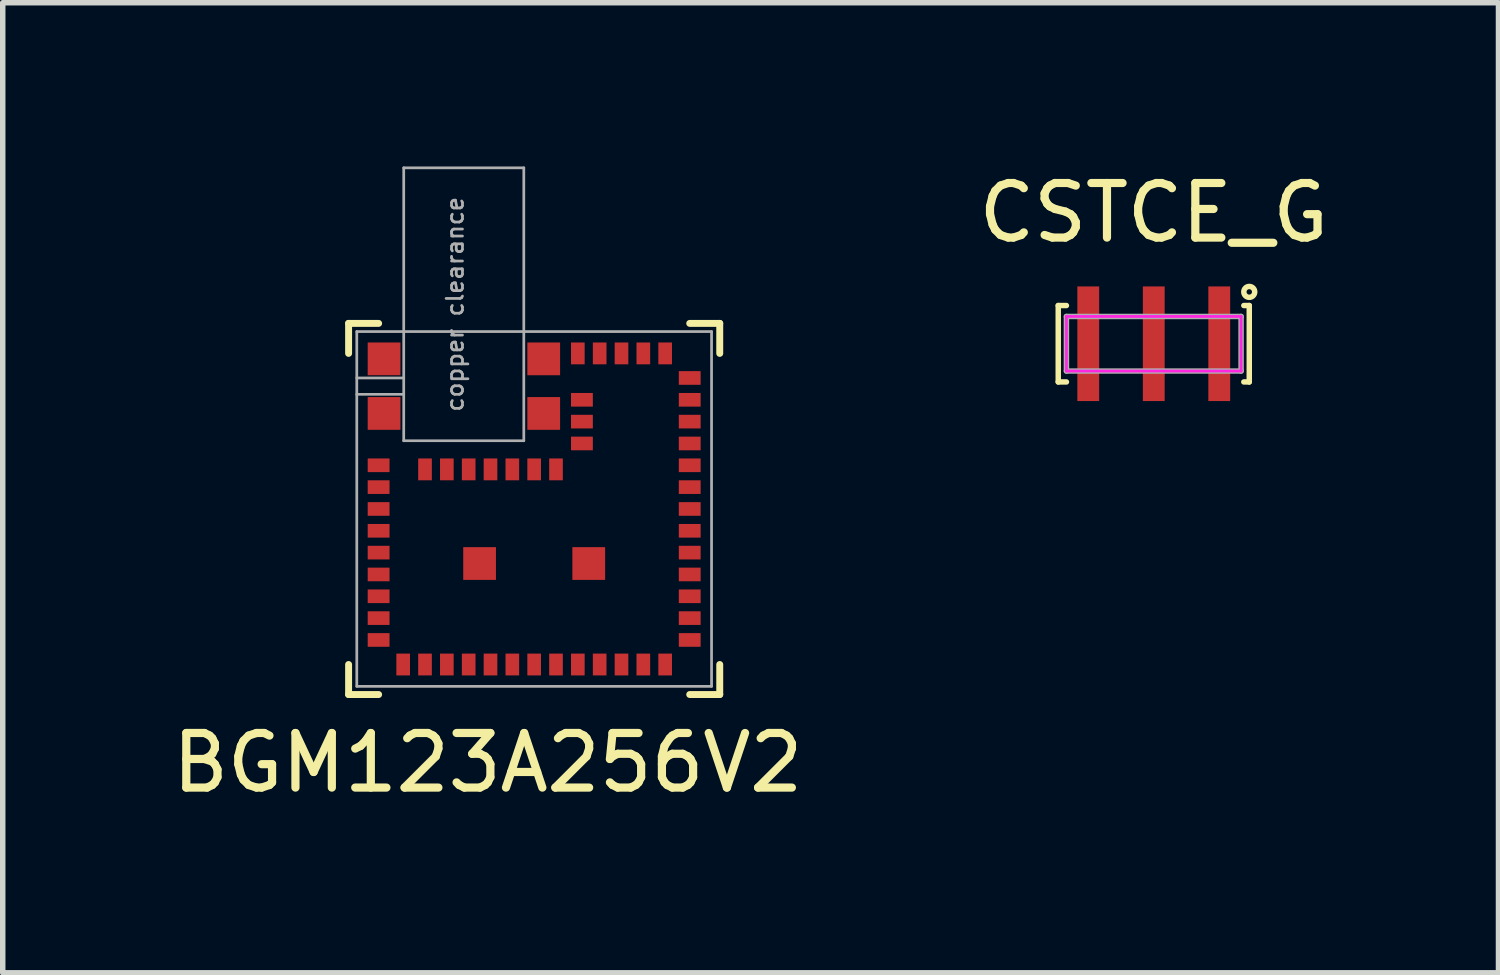
<source format=kicad_pcb>
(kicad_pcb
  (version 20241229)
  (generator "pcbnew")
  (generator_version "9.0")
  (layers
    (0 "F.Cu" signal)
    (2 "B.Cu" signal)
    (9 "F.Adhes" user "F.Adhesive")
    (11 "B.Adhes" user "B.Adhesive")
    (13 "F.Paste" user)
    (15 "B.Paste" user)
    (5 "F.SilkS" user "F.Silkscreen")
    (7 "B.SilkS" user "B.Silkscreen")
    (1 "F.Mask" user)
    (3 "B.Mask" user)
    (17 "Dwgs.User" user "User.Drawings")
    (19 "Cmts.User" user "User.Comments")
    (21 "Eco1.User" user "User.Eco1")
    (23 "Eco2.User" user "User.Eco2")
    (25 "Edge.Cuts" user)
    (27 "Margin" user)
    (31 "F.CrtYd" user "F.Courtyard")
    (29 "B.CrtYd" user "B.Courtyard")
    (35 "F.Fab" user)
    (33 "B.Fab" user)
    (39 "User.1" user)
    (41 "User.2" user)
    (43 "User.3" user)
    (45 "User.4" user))
  (footprint "BGM123A256V2"
    (layer "F.Cu")
    (at 3.487 3.025)
    (property "Reference" "BGM123A256V2" (at 2.4 7.9 0) (layer "F.SilkS") (effects (font (size 1 1) (thickness 0.15))))
    (attr smd)
    (fp_line (start -0.15 -0.15) (end -0.15 0.4) (stroke (width 0.127) (type solid)) (layer "F.SilkS"))
    (fp_line (start -0.15 6.65) (end -0.15 6.1) (stroke (width 0.127) (type solid)) (layer "F.SilkS"))
    (fp_line (start 0.4 -0.15) (end -0.15 -0.15) (stroke (width 0.127) (type solid)) (layer "F.SilkS"))
    (fp_line (start 0.4 6.65) (end -0.15 6.65) (stroke (width 0.127) (type solid)) (layer "F.SilkS"))
    (fp_line (start 6.1 -0.15) (end 6.65 -0.15) (stroke (width 0.127) (type solid)) (layer "F.SilkS"))
    (fp_line (start 6.65 -0.15) (end 6.65 0.4) (stroke (width 0.127) (type solid)) (layer "F.SilkS"))
    (fp_line (start 6.65 6.1) (end 6.65 6.65) (stroke (width 0.127) (type solid)) (layer "F.SilkS"))
    (fp_line (start 6.65 6.65) (end 6.1 6.65) (stroke (width 0.127) (type solid)) (layer "F.SilkS"))
    (fp_line (start 0 0) (end 6.5 0) (stroke (width 0.05) (type solid)) (layer "F.Fab"))
    (fp_line (start 0 0.85) (end 0.86 0.85) (stroke (width 0.05) (type solid)) (layer "F.Fab"))
    (fp_line (start 0 1.15) (end 0.86 1.15) (stroke (width 0.05) (type solid)) (layer "F.Fab"))
    (fp_line (start 0 6.5) (end 0 0) (stroke (width 0.05) (type solid)) (layer "F.Fab"))
    (fp_line (start 0.86 -3) (end 0.86 2) (stroke (width 0.05) (type solid)) (layer "F.Fab"))
    (fp_line (start 0.86 -3) (end 3.06 -3) (stroke (width 0.05) (type solid)) (layer "F.Fab"))
    (fp_line (start 0.86 2) (end 3.06 2) (stroke (width 0.05) (type solid)) (layer "F.Fab"))
    (fp_line (start 3.06 -3) (end 3.06 2) (stroke (width 0.05) (type solid)) (layer "F.Fab"))
    (fp_line (start 6.5 0) (end 6.5 6.5) (stroke (width 0.05) (type solid)) (layer "F.Fab"))
    (fp_line (start 6.5 6.5) (end 0 6.5) (stroke (width 0.05) (type solid)) (layer "F.Fab"))
    (fp_text user "copper clearance" (at 1.8 -0.5 90) (layer "F.Fab") (effects (font (size 0.3 0.3) (thickness 0.05))))
    (pad "1" smd rect (at 0.4 2.45) (size 0.4 0.25) (layers "F.Cu" "F.Mask" "F.Paste"))
    (pad "2" smd rect (at 0.4 2.85) (size 0.4 0.25) (layers "F.Cu" "F.Mask" "F.Paste"))
    (pad "3" smd rect (at 0.4 3.25) (size 0.4 0.25) (layers "F.Cu" "F.Mask" "F.Paste"))
    (pad "4" smd rect (at 0.4 3.65) (size 0.4 0.25) (layers "F.Cu" "F.Mask" "F.Paste"))
    (pad "5" smd rect (at 0.4 4.05) (size 0.4 0.25) (layers "F.Cu" "F.Mask" "F.Paste"))
    (pad "6" smd rect (at 0.4 4.45) (size 0.4 0.25) (layers "F.Cu" "F.Mask" "F.Paste"))
    (pad "7" smd rect (at 0.4 4.85) (size 0.4 0.25) (layers "F.Cu" "F.Mask" "F.Paste"))
    (pad "8" smd rect (at 0.4 5.25) (size 0.4 0.25) (layers "F.Cu" "F.Mask" "F.Paste"))
    (pad "9" smd rect (at 0.4 5.65) (size 0.4 0.25) (layers "F.Cu" "F.Mask" "F.Paste"))
    (pad "10" smd rect (at 0.85 6.1) (size 0.25 0.4) (layers "F.Cu" "F.Mask" "F.Paste"))
    (pad "11" smd rect (at 1.25 6.1) (size 0.25 0.4) (layers "F.Cu" "F.Mask" "F.Paste"))
    (pad "12" smd rect (at 1.65 6.1) (size 0.25 0.4) (layers "F.Cu" "F.Mask" "F.Paste"))
    (pad "13" smd rect (at 2.05 6.1) (size 0.25 0.4) (layers "F.Cu" "F.Mask" "F.Paste"))
    (pad "14" smd rect (at 2.45 6.1) (size 0.25 0.4) (layers "F.Cu" "F.Mask" "F.Paste"))
    (pad "15" smd rect (at 2.85 6.1) (size 0.25 0.4) (layers "F.Cu" "F.Mask" "F.Paste"))
    (pad "16" smd rect (at 3.25 6.1) (size 0.25 0.4) (layers "F.Cu" "F.Mask" "F.Paste"))
    (pad "17" smd rect (at 3.65 6.1) (size 0.25 0.4) (layers "F.Cu" "F.Mask" "F.Paste"))
    (pad "18" smd rect (at 4.05 6.1) (size 0.25 0.4) (layers "F.Cu" "F.Mask" "F.Paste"))
    (pad "19" smd rect (at 4.45 6.1) (size 0.25 0.4) (layers "F.Cu" "F.Mask" "F.Paste"))
    (pad "20" smd rect (at 4.85 6.1) (size 0.25 0.4) (layers "F.Cu" "F.Mask" "F.Paste"))
    (pad "21" smd rect (at 5.25 6.1) (size 0.25 0.4) (layers "F.Cu" "F.Mask" "F.Paste"))
    (pad "22" smd rect (at 5.65 6.1) (size 0.25 0.4) (layers "F.Cu" "F.Mask" "F.Paste"))
    (pad "23" smd rect (at 6.1 5.65) (size 0.4 0.25) (layers "F.Cu" "F.Mask" "F.Paste"))
    (pad "24" smd rect (at 6.1 5.25) (size 0.4 0.25) (layers "F.Cu" "F.Mask" "F.Paste"))
    (pad "25" smd rect (at 6.1 4.85) (size 0.4 0.25) (layers "F.Cu" "F.Mask" "F.Paste"))
    (pad "26" smd rect (at 6.1 4.45) (size 0.4 0.25) (layers "F.Cu" "F.Mask" "F.Paste"))
    (pad "27" smd rect (at 6.1 4.05) (size 0.4 0.25) (layers "F.Cu" "F.Mask" "F.Paste"))
    (pad "28" smd rect (at 6.1 3.65) (size 0.4 0.25) (layers "F.Cu" "F.Mask" "F.Paste"))
    (pad "29" smd rect (at 6.1 3.25) (size 0.4 0.25) (layers "F.Cu" "F.Mask" "F.Paste"))
    (pad "30" smd rect (at 6.1 2.85) (size 0.4 0.25) (layers "F.Cu" "F.Mask" "F.Paste"))
    (pad "31" smd rect (at 6.1 2.45) (size 0.4 0.25) (layers "F.Cu" "F.Mask" "F.Paste"))
    (pad "32" smd rect (at 6.1 2.05) (size 0.4 0.25) (layers "F.Cu" "F.Mask" "F.Paste"))
    (pad "33" smd rect (at 6.1 1.65) (size 0.4 0.25) (layers "F.Cu" "F.Mask" "F.Paste"))
    (pad "34" smd rect (at 6.1 1.25) (size 0.4 0.25) (layers "F.Cu" "F.Mask" "F.Paste"))
    (pad "35" smd rect (at 6.1 0.85) (size 0.4 0.25) (layers "F.Cu" "F.Mask" "F.Paste"))
    (pad "36" smd rect (at 5.65 0.4) (size 0.25 0.4) (layers "F.Cu" "F.Mask" "F.Paste"))
    (pad "37" smd rect (at 5.25 0.4) (size 0.25 0.4) (layers "F.Cu" "F.Mask" "F.Paste"))
    (pad "38" smd rect (at 4.85 0.4) (size 0.25 0.4) (layers "F.Cu" "F.Mask" "F.Paste"))
    (pad "39" smd rect (at 4.45 0.4) (size 0.25 0.4) (layers "F.Cu" "F.Mask" "F.Paste"))
    (pad "40" smd rect (at 4.05 0.4) (size 0.25 0.4) (layers "F.Cu" "F.Mask" "F.Paste"))
    (pad "41" smd rect (at 4.125 1.25) (size 0.4 0.25) (layers "F.Cu" "F.Mask" "F.Paste"))
    (pad "42" smd rect (at 4.125 1.65) (size 0.4 0.25) (layers "F.Cu" "F.Mask" "F.Paste"))
    (pad "43" smd rect (at 4.125 2.05) (size 0.4 0.25) (layers "F.Cu" "F.Mask" "F.Paste"))
    (pad "44" smd rect (at 3.65 2.525) (size 0.25 0.4) (layers "F.Cu" "F.Mask" "F.Paste"))
    (pad "45" smd rect (at 3.25 2.525) (size 0.25 0.4) (layers "F.Cu" "F.Mask" "F.Paste"))
    (pad "46" smd rect (at 2.85 2.525) (size 0.25 0.4) (layers "F.Cu" "F.Mask" "F.Paste"))
    (pad "47" smd rect (at 2.45 2.525) (size 0.25 0.4) (layers "F.Cu" "F.Mask" "F.Paste"))
    (pad "48" smd rect (at 2.05 2.525) (size 0.25 0.4) (layers "F.Cu" "F.Mask" "F.Paste"))
    (pad "49" smd rect (at 1.65 2.525) (size 0.25 0.4) (layers "F.Cu" "F.Mask" "F.Paste"))
    (pad "50" smd rect (at 1.25 2.525) (size 0.25 0.4) (layers "F.Cu" "F.Mask" "F.Paste"))
    (pad "51" smd rect (at 2.25 4.25) (size 0.6 0.6) (layers "F.Cu" "F.Mask" "F.Paste"))
    (pad "52" smd rect (at 4.25 4.25) (size 0.6 0.6) (layers "F.Cu" "F.Mask" "F.Paste"))
    (pad "53" smd rect (at 0.5 0.5) (size 0.6 0.6) (layers "F.Cu" "F.Mask" "F.Paste"))
    (pad "54" smd rect (at 0.5 1.5) (size 0.6 0.6) (layers "F.Cu" "F.Mask" "F.Paste"))
    (pad "55" smd rect (at 3.425 1.5) (size 0.6 0.6) (layers "F.Cu" "F.Mask" "F.Paste"))
    (pad "56" smd rect (at 3.425 0.5) (size 0.6 0.6) (layers "F.Cu" "F.Mask" "F.Paste")))
  (footprint "CSTCE_G"
    (layer "F.Cu")
    (at 18.089 3.248)
    (property "Reference" "CSTCE_G" (at 0 -2.4 0) (layer "F.SilkS") (effects (font (size 1 1) (thickness 0.15))))
    (attr smd)
    (fp_line (start -1.75 -0.7) (end -1.75 0.7) (stroke (width 0.1) (type solid)) (layer "F.SilkS"))
    (fp_line (start -1.75 0.7) (end -1.6 0.7) (stroke (width 0.1) (type solid)) (layer "F.SilkS"))
    (fp_line (start -1.6 -0.7) (end -1.75 -0.7) (stroke (width 0.1) (type solid)) (layer "F.SilkS"))
    (fp_line (start 1.65 -0.7) (end 1.75 -0.7) (stroke (width 0.1) (type solid)) (layer "F.SilkS"))
    (fp_line (start 1.75 -0.7) (end 1.75 0.7) (stroke (width 0.1) (type solid)) (layer "F.SilkS"))
    (fp_line (start 1.75 0.7) (end 1.65 0.7) (stroke (width 0.1) (type solid)) (layer "F.SilkS"))
    (fp_circle (center 1.75 -0.95) (end 1.85 -0.95) (stroke (width 0.1) (type solid)) (fill no) (layer "F.SilkS"))
    (fp_line (start -1.6 -0.5) (end 1.6 -0.5) (stroke (width 0.05) (type solid)) (layer "F.CrtYd"))
    (fp_line (start -1.6 0.5) (end -1.6 -0.5) (stroke (width 0.05) (type solid)) (layer "F.CrtYd"))
    (fp_line (start 1.6 -0.5) (end 1.6 0.5) (stroke (width 0.05) (type solid)) (layer "F.CrtYd"))
    (fp_line (start 1.6 0.5) (end -1.6 0.5) (stroke (width 0.05) (type solid)) (layer "F.CrtYd"))
    (fp_line (start -1.6 -0.5) (end -1.6 0.5) (stroke (width 0.1) (type solid)) (layer "F.Fab"))
    (fp_line (start -1.6 0.5) (end 1.6 0.5) (stroke (width 0.1) (type solid)) (layer "F.Fab"))
    (fp_line (start 1.6 -0.5) (end -1.6 -0.5) (stroke (width 0.1) (type solid)) (layer "F.Fab"))
    (fp_line (start 1.6 0.5) (end 1.6 -0.5) (stroke (width 0.1) (type solid)) (layer "F.Fab"))
    (pad "1" smd rect (at 1.2 0) (size 0.4 2.1) (layers "F.Cu" "F.Mask" "F.Paste"))
    (pad "2" smd rect (at 0 0) (size 0.4 2.1) (layers "F.Cu" "F.Mask" "F.Paste"))
    (pad "3" smd rect (at -1.2 0) (size 0.4 2.1) (layers "F.Cu" "F.Mask" "F.Paste")))
  (gr_rect
    (start -3 -3)
    (end 24.405 14.773)
    (stroke (width 0.1) (type default))
    (fill no)
    (layer "Edge.Cuts")))
</source>
